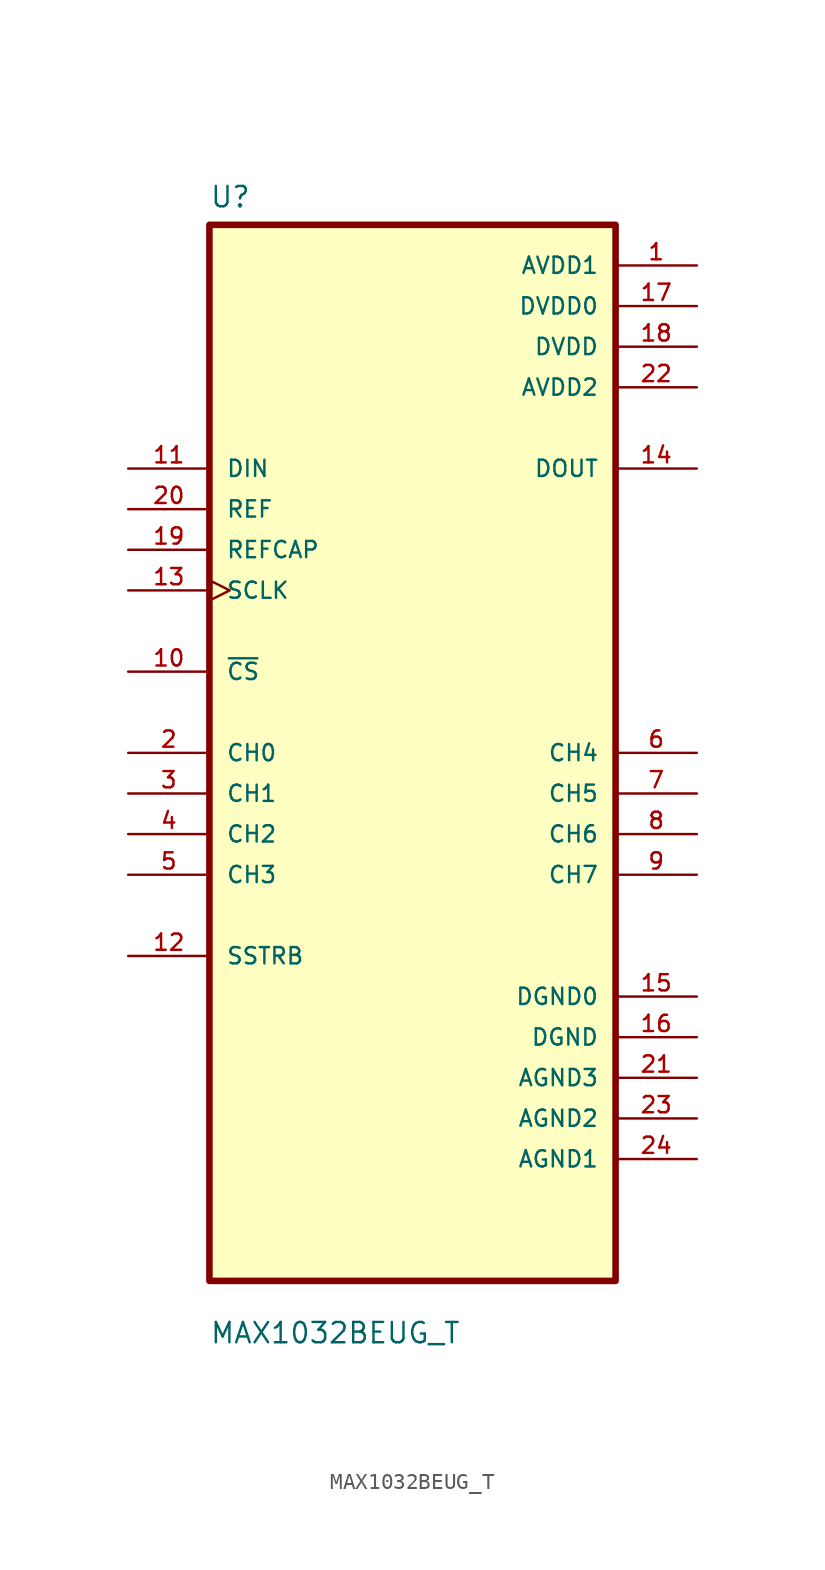
<source format=kicad_sym>
(kicad_symbol_lib
  (version 20211014)
  (generator kicad_symbol_editor)
  (symbol "MAX1032BEUG_T"
    (pin_names
      (offset 1.016))
    (property "Reference" "U"
      (at -12.7 34.02 0.0)
      (effects (font (size 1.27 1.27)) (justify bottom left)))
    (property "Value" "MAX1032BEUG_T"
      (at -12.7 -37.02 0.0)
      (effects (font (size 1.27 1.27)) (justify bottom left)))
    (symbol "MAX1032BEUG_T_0_0"
      (rectangle (start -12.7 -33.02) (end 12.7 33.02) (stroke (width 0.41)) (fill (type background)))
      (pin input line (at -17.78 17.78 0) (length 5.08) (name "DIN" (effects (font (size 1.016 1.016)))) (number "11" (effects (font (size 1.016 1.016)))))
      (pin input line (at -17.78 15.24 0) (length 5.08) (name "REF" (effects (font (size 1.016 1.016)))) (number "20" (effects (font (size 1.016 1.016)))))
      (pin input line (at -17.78 12.7 0) (length 5.08) (name "REFCAP" (effects (font (size 1.016 1.016)))) (number "19" (effects (font (size 1.016 1.016)))))
      (pin input clock (at -17.78 10.16 0) (length 5.08) (name "SCLK" (effects (font (size 1.016 1.016)))) (number "13" (effects (font (size 1.016 1.016)))))
      (pin bidirectional line (at -17.78 5.08 0) (length 5.08) (name "~{CS}" (effects (font (size 1.016 1.016)))) (number "10" (effects (font (size 1.016 1.016)))))
      (pin bidirectional line (at -17.78 7.10543e-15 0) (length 5.08) (name "CH0" (effects (font (size 1.016 1.016)))) (number "2" (effects (font (size 1.016 1.016)))))
      (pin bidirectional line (at -17.78 -2.54 0) (length 5.08) (name "CH1" (effects (font (size 1.016 1.016)))) (number "3" (effects (font (size 1.016 1.016)))))
      (pin bidirectional line (at -17.78 -5.08 0) (length 5.08) (name "CH2" (effects (font (size 1.016 1.016)))) (number "4" (effects (font (size 1.016 1.016)))))
      (pin bidirectional line (at -17.78 -7.62 0) (length 5.08) (name "CH3" (effects (font (size 1.016 1.016)))) (number "5" (effects (font (size 1.016 1.016)))))
      (pin bidirectional line (at -17.78 -12.7 0) (length 5.08) (name "SSTRB" (effects (font (size 1.016 1.016)))) (number "12" (effects (font (size 1.016 1.016)))))
      (pin power_in line (at 17.78 30.48 180.0) (length 5.08) (name "AVDD1" (effects (font (size 1.016 1.016)))) (number "1" (effects (font (size 1.016 1.016)))))
      (pin power_in line (at 17.78 27.94 180.0) (length 5.08) (name "DVDD0" (effects (font (size 1.016 1.016)))) (number "17" (effects (font (size 1.016 1.016)))))
      (pin power_in line (at 17.78 25.4 180.0) (length 5.08) (name "DVDD" (effects (font (size 1.016 1.016)))) (number "18" (effects (font (size 1.016 1.016)))))
      (pin power_in line (at 17.78 22.86 180.0) (length 5.08) (name "AVDD2" (effects (font (size 1.016 1.016)))) (number "22" (effects (font (size 1.016 1.016)))))
      (pin output line (at 17.78 17.78 180.0) (length 5.08) (name "DOUT" (effects (font (size 1.016 1.016)))) (number "14" (effects (font (size 1.016 1.016)))))
      (pin bidirectional line (at 17.78 8.88178e-15 180.0) (length 5.08) (name "CH4" (effects (font (size 1.016 1.016)))) (number "6" (effects (font (size 1.016 1.016)))))
      (pin bidirectional line (at 17.78 -2.54 180.0) (length 5.08) (name "CH5" (effects (font (size 1.016 1.016)))) (number "7" (effects (font (size 1.016 1.016)))))
      (pin bidirectional line (at 17.78 -5.08 180.0) (length 5.08) (name "CH6" (effects (font (size 1.016 1.016)))) (number "8" (effects (font (size 1.016 1.016)))))
      (pin bidirectional line (at 17.78 -7.62 180.0) (length 5.08) (name "CH7" (effects (font (size 1.016 1.016)))) (number "9" (effects (font (size 1.016 1.016)))))
      (pin power_in line (at 17.78 -15.24 180.0) (length 5.08) (name "DGND0" (effects (font (size 1.016 1.016)))) (number "15" (effects (font (size 1.016 1.016)))))
      (pin power_in line (at 17.78 -17.78 180.0) (length 5.08) (name "DGND" (effects (font (size 1.016 1.016)))) (number "16" (effects (font (size 1.016 1.016)))))
      (pin power_in line (at 17.78 -20.32 180.0) (length 5.08) (name "AGND3" (effects (font (size 1.016 1.016)))) (number "21" (effects (font (size 1.016 1.016)))))
      (pin power_in line (at 17.78 -22.86 180.0) (length 5.08) (name "AGND2" (effects (font (size 1.016 1.016)))) (number "23" (effects (font (size 1.016 1.016)))))
      (pin power_in line (at 17.78 -25.4 180.0) (length 5.08) (name "AGND1" (effects (font (size 1.016 1.016)))) (number "24" (effects (font (size 1.016 1.016))))))))
</source>
